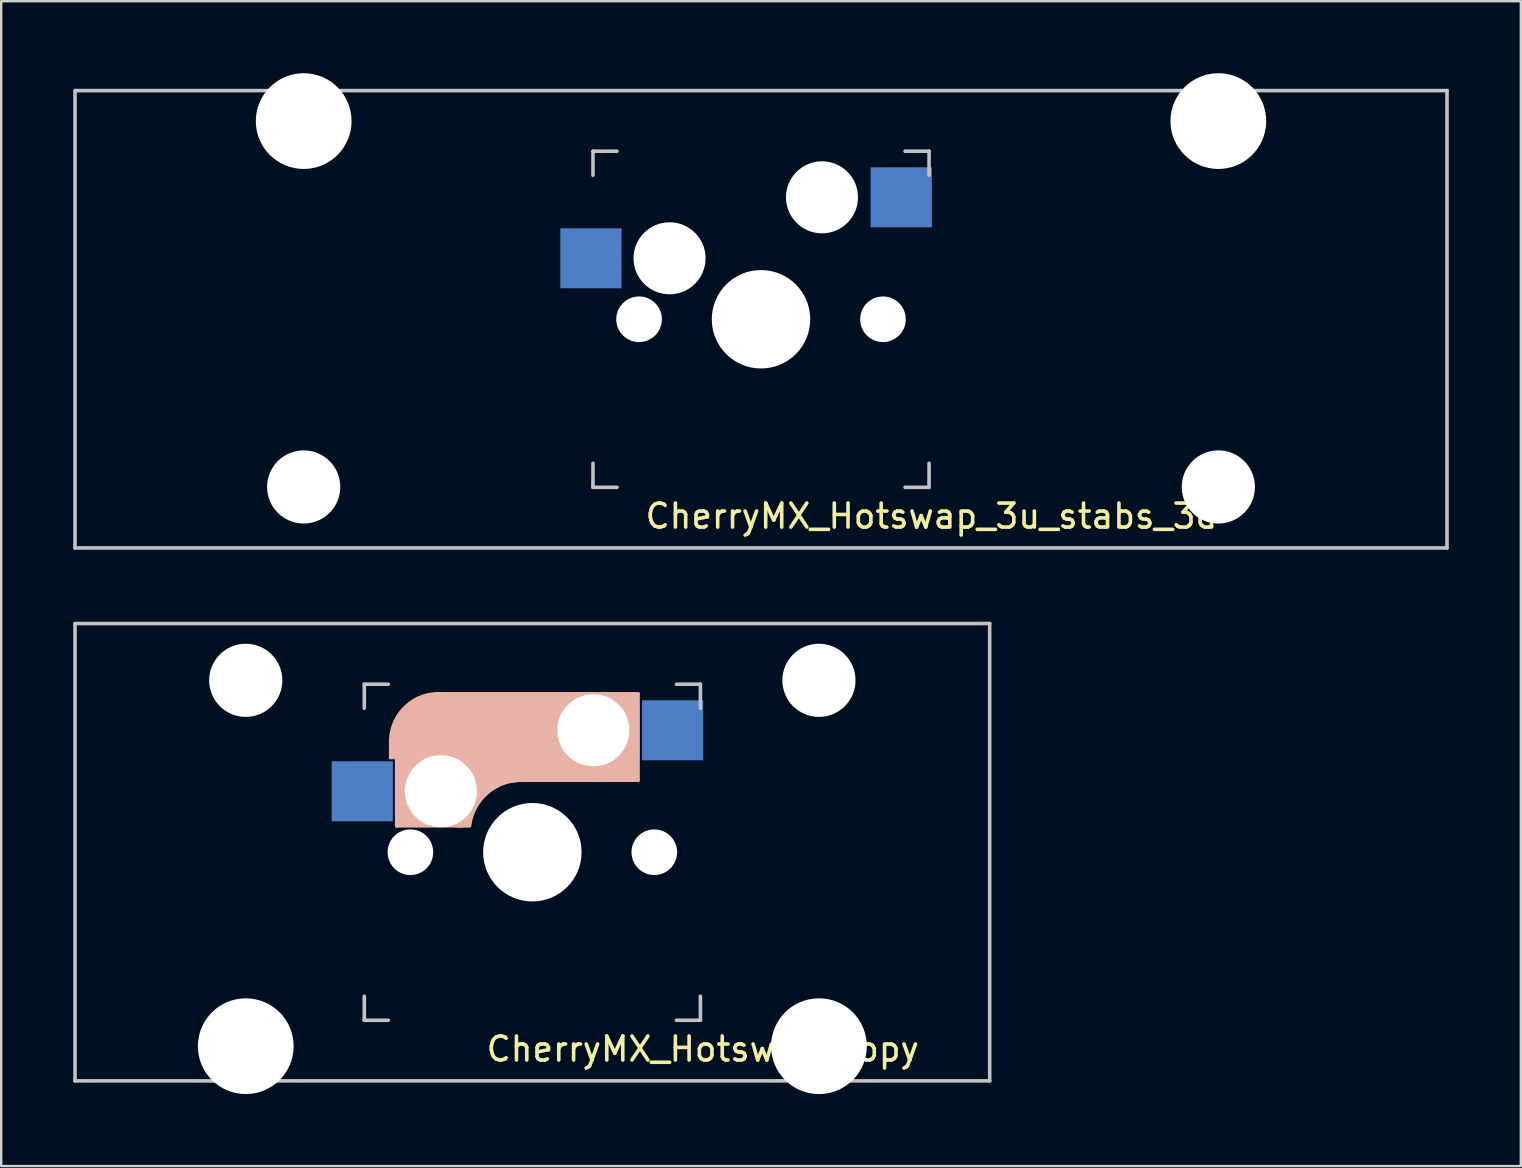
<source format=kicad_pcb>
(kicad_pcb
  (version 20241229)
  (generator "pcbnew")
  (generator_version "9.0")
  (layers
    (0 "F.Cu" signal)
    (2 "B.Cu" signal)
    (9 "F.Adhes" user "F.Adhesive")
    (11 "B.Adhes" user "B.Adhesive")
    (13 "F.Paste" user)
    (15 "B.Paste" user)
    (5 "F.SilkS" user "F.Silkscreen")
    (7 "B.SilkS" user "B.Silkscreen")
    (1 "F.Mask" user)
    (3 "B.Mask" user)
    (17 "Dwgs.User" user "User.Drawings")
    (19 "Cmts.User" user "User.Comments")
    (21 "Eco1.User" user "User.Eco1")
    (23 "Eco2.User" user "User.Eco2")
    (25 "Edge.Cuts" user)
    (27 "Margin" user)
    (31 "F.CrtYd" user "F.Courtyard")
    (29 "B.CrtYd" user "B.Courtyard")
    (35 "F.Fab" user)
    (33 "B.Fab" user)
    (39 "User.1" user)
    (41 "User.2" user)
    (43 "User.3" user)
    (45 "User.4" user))
  (footprint "CherryMX_Hotswap_3u_stabs_3d"
    (layer "F.Cu")
    (at 28.65 10.249)
    (property "Reference" "CherryMX_Hotswap_3u_stabs_3d" (at 7.1 8.2 0) (layer "F.SilkS") (effects (font (size 1 1) (thickness 0.15))))
    (fp_line (start -28.575 -9.525) (end 28.575 -9.525) (stroke (width 0.15) (type solid)) (layer "Dwgs.User"))
    (fp_line (start -28.575 9.525) (end -28.575 -9.525) (stroke (width 0.15) (type solid)) (layer "Dwgs.User"))
    (fp_line (start -7 -7) (end -6 -7) (stroke (width 0.15) (type solid)) (layer "Dwgs.User"))
    (fp_line (start -7 -6) (end -7 -7) (stroke (width 0.15) (type solid)) (layer "Dwgs.User"))
    (fp_line (start -7 6) (end -7 7) (stroke (width 0.15) (type solid)) (layer "Dwgs.User"))
    (fp_line (start -7 7) (end -6 7) (stroke (width 0.15) (type solid)) (layer "Dwgs.User"))
    (fp_line (start 6 7) (end 7 7) (stroke (width 0.15) (type solid)) (layer "Dwgs.User"))
    (fp_line (start 7 -7) (end 6 -7) (stroke (width 0.15) (type solid)) (layer "Dwgs.User"))
    (fp_line (start 7 -7) (end 7 -6) (stroke (width 0.15) (type solid)) (layer "Dwgs.User"))
    (fp_line (start 7 7) (end 7 6) (stroke (width 0.15) (type solid)) (layer "Dwgs.User"))
    (fp_line (start 28.575 -9.525) (end 28.575 9.525) (stroke (width 0.15) (type solid)) (layer "Dwgs.User"))
    (fp_line (start 28.575 9.525) (end -28.575 9.525) (stroke (width 0.15) (type solid)) (layer "Dwgs.User"))
    (pad "" np_thru_hole circle (at -19.05 -8.255) (size 3.988 3.988) (drill 3.988) (layers "*.Cu" "*.Mask"))
    (pad "" np_thru_hole circle (at -19.05 6.985) (size 3.048 3.048) (drill 3.048) (layers "*.Cu" "*.Mask"))
    (pad "" np_thru_hole circle (at -5.08 0) (size 1.9 1.9) (drill 1.9) (layers "*.Cu" "*.Mask"))
    (pad "" np_thru_hole circle (at -3.81 -2.54) (size 3 3) (drill 3) (layers "*.Cu" "*.Mask"))
    (pad "" np_thru_hole circle (at 0 0 90) (size 4.1 4.1) (drill 4.1) (layers "*.Cu" "*.Mask"))
    (pad "" np_thru_hole circle (at 2.54 -5.08) (size 3 3) (drill 3) (layers "*.Cu" "*.Mask"))
    (pad "" np_thru_hole circle (at 5.08 0) (size 1.9 1.9) (drill 1.9) (layers "*.Cu" "*.Mask"))
    (pad "" np_thru_hole circle (at 19.05 -8.255) (size 3.988 3.988) (drill 3.988) (layers "*.Cu" "*.Mask"))
    (pad "" np_thru_hole circle (at 19.05 6.985) (size 3.048 3.048) (drill 3.048) (layers "*.Cu" "*.Mask"))
    (pad "1" smd rect (at -7.085 -2.54 180) (size 2.55 2.5) (layers "B.Cu" "B.Mask" "B.Paste"))
    (pad "2" smd rect (at 5.842 -5.08 180) (size 2.55 2.5) (layers "B.Cu" "B.Mask" "B.Paste")))
  (footprint "CherryMX_Hotswap_copy"
    (layer "F.Cu")
    (at 19.125 32.449)
    (property "Reference" "CherryMX_Hotswap_copy" (at 7.1 8.2 0) (layer "F.SilkS") (effects (font (size 1 1) (thickness 0.15))))
    (fp_line (start -5.9 -4.7) (end -5.9 -3.95) (stroke (width 0.15) (type solid)) (layer "B.SilkS"))
    (fp_line (start -5.9 -3.95) (end -5.7 -3.95) (stroke (width 0.15) (type solid)) (layer "B.SilkS"))
    (fp_line (start -5.8 -4.05) (end -5.8 -4.7) (stroke (width 0.3) (type solid)) (layer "B.SilkS"))
    (fp_line (start -5.65 -5.55) (end -5.65 -1.1) (stroke (width 0.15) (type solid)) (layer "B.SilkS"))
    (fp_line (start -5.65 -1.1) (end -2.62 -1.1) (stroke (width 0.15) (type solid)) (layer "B.SilkS"))
    (fp_line (start -5.45 -1.3) (end -3 -1.3) (stroke (width 0.5) (type solid)) (layer "B.SilkS"))
    (fp_line (start -5.3 -1.6) (end -5.3 -3.4) (stroke (width 0.8) (type solid)) (layer "B.SilkS"))
    (fp_line (start -4.17 -5.1) (end -4.17 -2.86) (stroke (width 3) (type solid)) (layer "B.SilkS"))
    (fp_line (start -0.4 -3) (end 4.4 -3) (stroke (width 0.15) (type solid)) (layer "B.SilkS"))
    (fp_line (start 2.6 -4.8) (end -4.1 -4.8) (stroke (width 3.5) (type solid)) (layer "B.SilkS"))
    (fp_line (start 3.9 -6) (end 3.9 -3.5) (stroke (width 1) (type solid)) (layer "B.SilkS"))
    (fp_line (start 4.2 -3.25) (end 2.9 -3.3) (stroke (width 0.5) (type solid)) (layer "B.SilkS"))
    (fp_line (start 4.25 -6.4) (end 3 -6.4) (stroke (width 0.4) (type solid)) (layer "B.SilkS"))
    (fp_line (start 4.38 -4) (end 4.38 -6.25) (stroke (width 0.15) (type solid)) (layer "B.SilkS"))
    (fp_line (start 4.4 -6.6) (end -3.8 -6.6) (stroke (width 0.15) (type solid)) (layer "B.SilkS"))
    (fp_line (start 4.4 -3) (end 4.4 -6.6) (stroke (width 0.15) (type solid)) (layer "B.SilkS"))
    (fp_arc (start -5.9 -4.699999) (mid -5.243504 -6.084924) (end -3.800001 -6.6) (stroke (width 0.15) (type solid)) (layer "B.SilkS"))
    (fp_arc (start -3.016318 -1.521471) (mid -2.268709 -2.886118) (end -0.8 -3.4) (stroke (width 1) (type solid)) (layer "B.SilkS"))
    (fp_arc (start -2.616318 -1.121471) (mid -1.868709 -2.486118) (end -0.4 -3) (stroke (width 0.15) (type solid)) (layer "B.SilkS"))
    (fp_line (start -19.05 -9.525) (end 19.05 -9.525) (stroke (width 0.15) (type solid)) (layer "Dwgs.User"))
    (fp_line (start -19.05 9.525) (end -19.05 -9.525) (stroke (width 0.15) (type solid)) (layer "Dwgs.User"))
    (fp_line (start -7 -7) (end -6 -7) (stroke (width 0.15) (type solid)) (layer "Dwgs.User"))
    (fp_line (start -7 -6) (end -7 -7) (stroke (width 0.15) (type solid)) (layer "Dwgs.User"))
    (fp_line (start -7 6) (end -7 7) (stroke (width 0.15) (type solid)) (layer "Dwgs.User"))
    (fp_line (start -7 7) (end -6 7) (stroke (width 0.15) (type solid)) (layer "Dwgs.User"))
    (fp_line (start 6 7) (end 7 7) (stroke (width 0.15) (type solid)) (layer "Dwgs.User"))
    (fp_line (start 7 -7) (end 6 -7) (stroke (width 0.15) (type solid)) (layer "Dwgs.User"))
    (fp_line (start 7 -7) (end 7 -6) (stroke (width 0.15) (type solid)) (layer "Dwgs.User"))
    (fp_line (start 7 7) (end 7 6) (stroke (width 0.15) (type solid)) (layer "Dwgs.User"))
    (fp_line (start 19.05 -9.525) (end 19.05 9.525) (stroke (width 0.15) (type solid)) (layer "Dwgs.User"))
    (fp_line (start 19.05 9.525) (end -19.05 9.525) (stroke (width 0.15) (type solid)) (layer "Dwgs.User"))
    (pad "" np_thru_hole circle (at -11.938 -7.16) (size 3.048 3.048) (drill 3.048) (layers "*.Cu" "*.Mask"))
    (pad "" np_thru_hole circle (at -11.938 8.08) (size 3.988 3.988) (drill 3.988) (layers "*.Cu" "*.Mask"))
    (pad "" np_thru_hole circle (at -5.08 0) (size 1.9 1.9) (drill 1.9) (layers "*.Cu" "*.Mask"))
    (pad "" np_thru_hole circle (at -3.81 -2.54) (size 3 3) (drill 3) (layers "*.Cu" "*.Mask"))
    (pad "" np_thru_hole circle (at 0 0 90) (size 4.1 4.1) (drill 4.1) (layers "*.Cu" "*.Mask"))
    (pad "" np_thru_hole circle (at 2.54 -5.08) (size 3 3) (drill 3) (layers "*.Cu" "*.Mask"))
    (pad "" np_thru_hole circle (at 5.08 0) (size 1.9 1.9) (drill 1.9) (layers "*.Cu" "*.Mask"))
    (pad "" np_thru_hole circle (at 11.938 -7.16) (size 3.048 3.048) (drill 3.048) (layers "*.Cu" "*.Mask"))
    (pad "" np_thru_hole circle (at 11.938 8.08) (size 3.988 3.988) (drill 3.988) (layers "*.Cu" "*.Mask"))
    (pad "1" smd rect (at -7.085 -2.54 180) (size 2.55 2.5) (layers "B.Cu" "B.Mask" "B.Paste"))
    (pad "2" smd rect (at 5.842 -5.08 180) (size 2.55 2.5) (layers "B.Cu" "B.Mask" "B.Paste")))
  (gr_rect
    (start -3 -3)
    (end 60.3 45.523)
    (stroke (width 0.1) (type default))
    (fill no)
    (layer "Edge.Cuts")))
</source>
